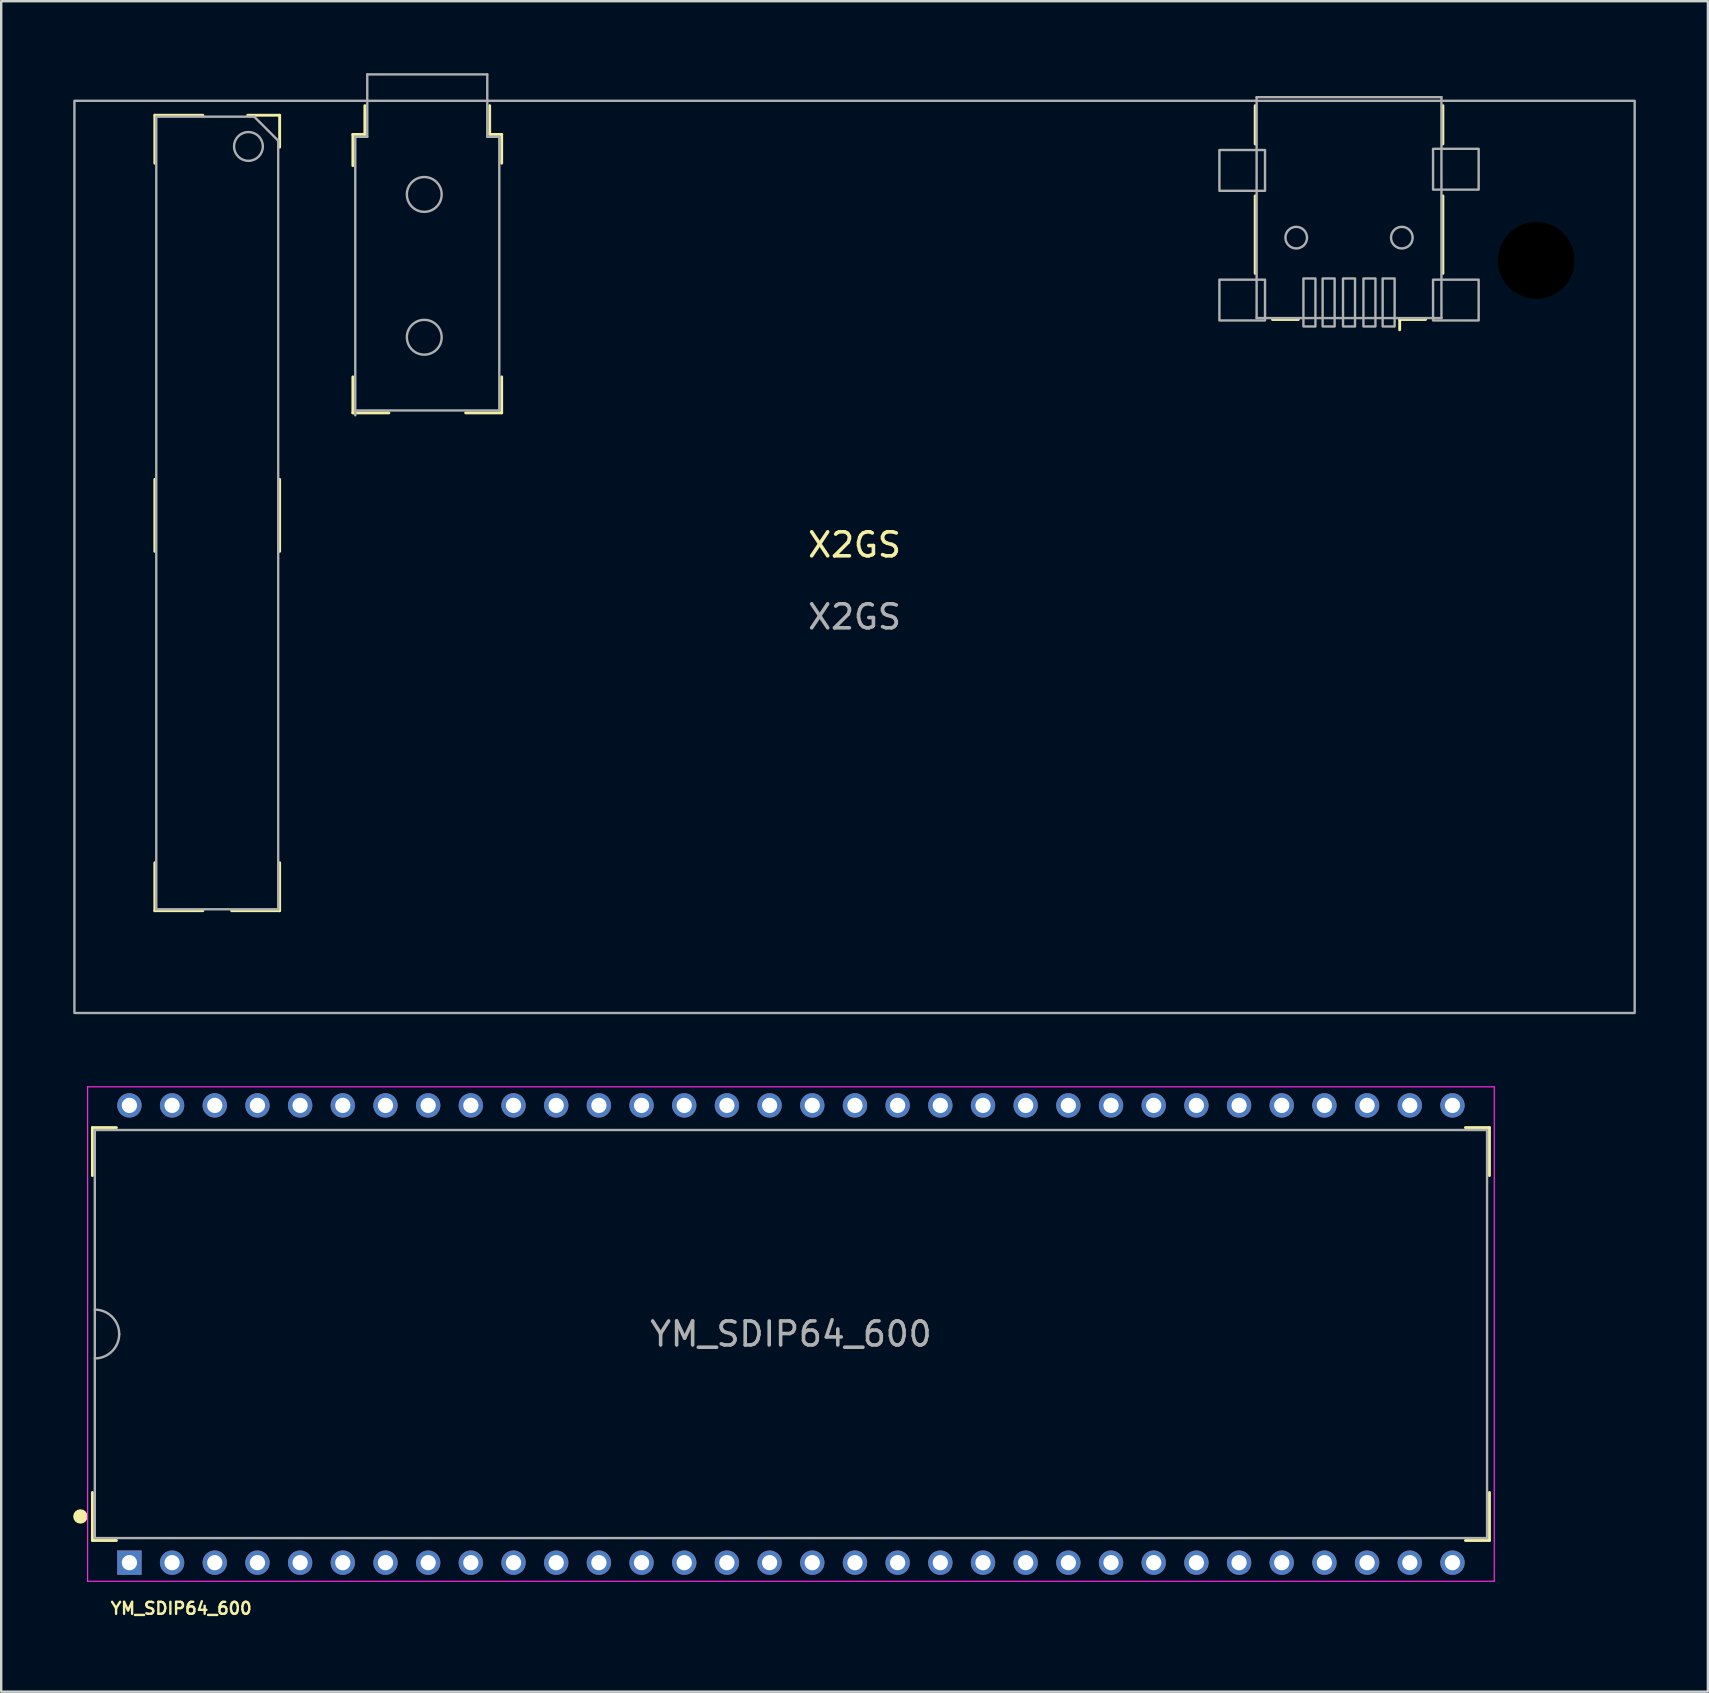
<source format=kicad_pcb>
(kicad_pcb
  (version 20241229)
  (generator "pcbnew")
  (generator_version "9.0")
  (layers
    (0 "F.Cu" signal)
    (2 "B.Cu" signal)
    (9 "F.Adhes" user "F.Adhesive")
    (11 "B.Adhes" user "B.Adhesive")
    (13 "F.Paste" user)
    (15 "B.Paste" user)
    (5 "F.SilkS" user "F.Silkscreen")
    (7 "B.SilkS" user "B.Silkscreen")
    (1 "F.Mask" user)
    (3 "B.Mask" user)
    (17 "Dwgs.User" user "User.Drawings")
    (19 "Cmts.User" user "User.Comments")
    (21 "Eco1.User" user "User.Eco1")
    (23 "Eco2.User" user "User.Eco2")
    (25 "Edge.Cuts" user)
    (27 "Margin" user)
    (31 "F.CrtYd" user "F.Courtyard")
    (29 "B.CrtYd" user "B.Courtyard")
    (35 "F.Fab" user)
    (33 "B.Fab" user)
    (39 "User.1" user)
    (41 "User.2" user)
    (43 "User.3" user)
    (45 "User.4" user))
  (footprint "YM_SDIP64_600"
    (layer "F.Cu")
    (at 29.9 52.525)
    (property "Reference" "YM_SDIP64_600" (at -25.4 11.43 0) (layer "F.SilkS") (effects (font (size 0.5 0.5) (thickness 0.1))))
    (attr through_hole)
    (fp_line (start -29.1 -6.6) (end -29.1 -8.6) (stroke (width 0.12) (type solid)) (layer "F.SilkS"))
    (fp_line (start -29.1 6.6) (end -29.1 8.6) (stroke (width 0.12) (type solid)) (layer "F.SilkS"))
    (fp_line (start -29.1 8.6) (end -28.1 8.6) (stroke (width 0.12) (type solid)) (layer "F.SilkS"))
    (fp_line (start -28.1 -8.6) (end -29.1 -8.6) (stroke (width 0.12) (type solid)) (layer "F.SilkS"))
    (fp_line (start 28.1 8.6) (end 29.1 8.6) (stroke (width 0.12) (type solid)) (layer "F.SilkS"))
    (fp_line (start 29.1 -8.6) (end 28.1 -8.6) (stroke (width 0.12) (type solid)) (layer "F.SilkS"))
    (fp_line (start 29.1 -6.6) (end 29.1 -8.6) (stroke (width 0.12) (type solid)) (layer "F.SilkS"))
    (fp_line (start 29.1 6.6) (end 29.1 8.6) (stroke (width 0.12) (type solid)) (layer "F.SilkS"))
    (fp_circle (center -29.6 7.6) (end -29.45 7.6) (stroke (width 0.3) (type solid)) (fill no) (layer "F.SilkS"))
    (fp_line (start -29.3 -10.3) (end -29.3 10.3) (stroke (width 0.05) (type solid)) (layer "F.CrtYd"))
    (fp_line (start -29.3 10.3) (end 29.3 10.3) (stroke (width 0.05) (type solid)) (layer "F.CrtYd"))
    (fp_line (start 29.3 -10.3) (end -29.3 -10.3) (stroke (width 0.05) (type solid)) (layer "F.CrtYd"))
    (fp_line (start 29.3 10.3) (end 29.3 -10.3) (stroke (width 0.05) (type solid)) (layer "F.CrtYd"))
    (fp_line (start -29 -8.5) (end 29 -8.5) (stroke (width 0.1) (type solid)) (layer "F.Fab"))
    (fp_line (start -29 8.5) (end -29 -8.5) (stroke (width 0.1) (type solid)) (layer "F.Fab"))
    (fp_line (start 29 -8.5) (end 29 8.5) (stroke (width 0.1) (type solid)) (layer "F.Fab"))
    (fp_line (start 29 8.5) (end -29 8.5) (stroke (width 0.1) (type solid)) (layer "F.Fab"))
    (fp_arc (start -29 -1.016) (mid -28.28158 -0.71842) (end -27.984 0) (stroke (width 0.1) (type solid)) (layer "F.Fab"))
    (fp_arc (start -27.984 0) (mid -28.28158 0.71842) (end -29 1.016) (stroke (width 0.1) (type solid)) (layer "F.Fab"))
    (fp_text user "${REFERENCE}" (at 0 0 0) (layer "F.Fab") (effects (font (size 1 1) (thickness 0.15))))
    (pad "1" thru_hole rect (at -27.559 9.525) (size 1.016 1.016) (drill 0.635) (layers "*.Cu" "*.Mask"))
    (pad "2" thru_hole circle (at -25.781 9.525) (size 1.016 1.016) (drill 0.635) (layers "*.Cu" "*.Mask"))
    (pad "3" thru_hole circle (at -24.003 9.525) (size 1.016 1.016) (drill 0.635) (layers "*.Cu" "*.Mask"))
    (pad "4" thru_hole circle (at -22.225 9.525) (size 1.016 1.016) (drill 0.635) (layers "*.Cu" "*.Mask"))
    (pad "5" thru_hole circle (at -20.447 9.525) (size 1.016 1.016) (drill 0.635) (layers "*.Cu" "*.Mask"))
    (pad "6" thru_hole circle (at -18.669 9.525) (size 1.016 1.016) (drill 0.635) (layers "*.Cu" "*.Mask"))
    (pad "7" thru_hole circle (at -16.891 9.525) (size 1.016 1.016) (drill 0.635) (layers "*.Cu" "*.Mask"))
    (pad "8" thru_hole circle (at -15.113 9.525) (size 1.016 1.016) (drill 0.635) (layers "*.Cu" "*.Mask"))
    (pad "9" thru_hole circle (at -13.335 9.525) (size 1.016 1.016) (drill 0.635) (layers "*.Cu" "*.Mask"))
    (pad "10" thru_hole circle (at -11.557 9.525) (size 1.016 1.016) (drill 0.635) (layers "*.Cu" "*.Mask"))
    (pad "11" thru_hole circle (at -9.779 9.525) (size 1.016 1.016) (drill 0.635) (layers "*.Cu" "*.Mask"))
    (pad "12" thru_hole circle (at -8.001 9.525) (size 1.016 1.016) (drill 0.635) (layers "*.Cu" "*.Mask"))
    (pad "13" thru_hole circle (at -6.223 9.525) (size 1.016 1.016) (drill 0.635) (layers "*.Cu" "*.Mask"))
    (pad "14" thru_hole circle (at -4.445 9.525) (size 1.016 1.016) (drill 0.635) (layers "*.Cu" "*.Mask"))
    (pad "15" thru_hole circle (at -2.667 9.525) (size 1.016 1.016) (drill 0.635) (layers "*.Cu" "*.Mask"))
    (pad "16" thru_hole circle (at -0.889 9.525) (size 1.016 1.016) (drill 0.635) (layers "*.Cu" "*.Mask"))
    (pad "17" thru_hole circle (at 0.889 9.525) (size 1.016 1.016) (drill 0.635) (layers "*.Cu" "*.Mask"))
    (pad "18" thru_hole circle (at 2.667 9.525) (size 1.016 1.016) (drill 0.635) (layers "*.Cu" "*.Mask"))
    (pad "19" thru_hole circle (at 4.445 9.525) (size 1.016 1.016) (drill 0.635) (layers "*.Cu" "*.Mask"))
    (pad "20" thru_hole circle (at 6.223 9.525) (size 1.016 1.016) (drill 0.635) (layers "*.Cu" "*.Mask"))
    (pad "21" thru_hole circle (at 8.001 9.525) (size 1.016 1.016) (drill 0.635) (layers "*.Cu" "*.Mask"))
    (pad "22" thru_hole circle (at 9.779 9.525) (size 1.016 1.016) (drill 0.635) (layers "*.Cu" "*.Mask"))
    (pad "23" thru_hole circle (at 11.557 9.525) (size 1.016 1.016) (drill 0.635) (layers "*.Cu" "*.Mask"))
    (pad "24" thru_hole circle (at 13.335 9.525) (size 1.016 1.016) (drill 0.635) (layers "*.Cu" "*.Mask"))
    (pad "25" thru_hole circle (at 15.113 9.525) (size 1.016 1.016) (drill 0.635) (layers "*.Cu" "*.Mask"))
    (pad "26" thru_hole circle (at 16.891 9.525) (size 1.016 1.016) (drill 0.635) (layers "*.Cu" "*.Mask"))
    (pad "27" thru_hole circle (at 18.669 9.525) (size 1.016 1.016) (drill 0.635) (layers "*.Cu" "*.Mask"))
    (pad "28" thru_hole circle (at 20.447 9.525) (size 1.016 1.016) (drill 0.635) (layers "*.Cu" "*.Mask"))
    (pad "29" thru_hole circle (at 22.225 9.525) (size 1.016 1.016) (drill 0.635) (layers "*.Cu" "*.Mask"))
    (pad "30" thru_hole circle (at 24.003 9.525) (size 1.016 1.016) (drill 0.635) (layers "*.Cu" "*.Mask"))
    (pad "31" thru_hole circle (at 25.781 9.525) (size 1.016 1.016) (drill 0.635) (layers "*.Cu" "*.Mask"))
    (pad "32" thru_hole circle (at 27.559 9.525) (size 1.016 1.016) (drill 0.635) (layers "*.Cu" "*.Mask"))
    (pad "33" thru_hole circle (at 27.559 -9.525) (size 1.016 1.016) (drill 0.635) (layers "*.Cu" "*.Mask"))
    (pad "34" thru_hole circle (at 25.781 -9.525) (size 1.016 1.016) (drill 0.635) (layers "*.Cu" "*.Mask"))
    (pad "35" thru_hole circle (at 24.003 -9.525) (size 1.016 1.016) (drill 0.635) (layers "*.Cu" "*.Mask"))
    (pad "36" thru_hole circle (at 22.225 -9.525) (size 1.016 1.016) (drill 0.635) (layers "*.Cu" "*.Mask"))
    (pad "37" thru_hole circle (at 20.447 -9.525) (size 1.016 1.016) (drill 0.635) (layers "*.Cu" "*.Mask"))
    (pad "38" thru_hole circle (at 18.669 -9.525) (size 1.016 1.016) (drill 0.635) (layers "*.Cu" "*.Mask"))
    (pad "39" thru_hole circle (at 16.891 -9.525) (size 1.016 1.016) (drill 0.635) (layers "*.Cu" "*.Mask"))
    (pad "40" thru_hole circle (at 15.113 -9.525) (size 1.016 1.016) (drill 0.635) (layers "*.Cu" "*.Mask"))
    (pad "41" thru_hole circle (at 13.335 -9.525) (size 1.016 1.016) (drill 0.635) (layers "*.Cu" "*.Mask"))
    (pad "42" thru_hole circle (at 11.557 -9.525) (size 1.016 1.016) (drill 0.635) (layers "*.Cu" "*.Mask"))
    (pad "43" thru_hole circle (at 9.779 -9.525) (size 1.016 1.016) (drill 0.635) (layers "*.Cu" "*.Mask"))
    (pad "44" thru_hole circle (at 8.001 -9.525) (size 1.016 1.016) (drill 0.635) (layers "*.Cu" "*.Mask"))
    (pad "45" thru_hole circle (at 6.223 -9.525) (size 1.016 1.016) (drill 0.635) (layers "*.Cu" "*.Mask"))
    (pad "46" thru_hole circle (at 4.445 -9.525) (size 1.016 1.016) (drill 0.635) (layers "*.Cu" "*.Mask"))
    (pad "47" thru_hole circle (at 2.667 -9.525) (size 1.016 1.016) (drill 0.635) (layers "*.Cu" "*.Mask"))
    (pad "48" thru_hole circle (at 0.889 -9.525) (size 1.016 1.016) (drill 0.635) (layers "*.Cu" "*.Mask"))
    (pad "49" thru_hole circle (at -0.889 -9.525) (size 1.016 1.016) (drill 0.635) (layers "*.Cu" "*.Mask"))
    (pad "50" thru_hole circle (at -2.667 -9.525) (size 1.016 1.016) (drill 0.635) (layers "*.Cu" "*.Mask"))
    (pad "51" thru_hole circle (at -4.445 -9.525) (size 1.016 1.016) (drill 0.635) (layers "*.Cu" "*.Mask"))
    (pad "52" thru_hole circle (at -6.223 -9.525) (size 1.016 1.016) (drill 0.635) (layers "*.Cu" "*.Mask"))
    (pad "53" thru_hole circle (at -8.001 -9.525) (size 1.016 1.016) (drill 0.635) (layers "*.Cu" "*.Mask"))
    (pad "54" thru_hole circle (at -9.779 -9.525) (size 1.016 1.016) (drill 0.635) (layers "*.Cu" "*.Mask"))
    (pad "55" thru_hole circle (at -11.557 -9.525) (size 1.016 1.016) (drill 0.635) (layers "*.Cu" "*.Mask"))
    (pad "56" thru_hole circle (at -13.335 -9.525) (size 1.016 1.016) (drill 0.635) (layers "*.Cu" "*.Mask"))
    (pad "57" thru_hole circle (at -15.113 -9.525) (size 1.016 1.016) (drill 0.635) (layers "*.Cu" "*.Mask"))
    (pad "58" thru_hole circle (at -16.891 -9.525) (size 1.016 1.016) (drill 0.635) (layers "*.Cu" "*.Mask"))
    (pad "59" thru_hole circle (at -18.669 -9.525) (size 1.016 1.016) (drill 0.635) (layers "*.Cu" "*.Mask"))
    (pad "60" thru_hole circle (at -20.447 -9.525) (size 1.016 1.016) (drill 0.635) (layers "*.Cu" "*.Mask"))
    (pad "61" thru_hole circle (at -22.225 -9.525) (size 1.016 1.016) (drill 0.635) (layers "*.Cu" "*.Mask"))
    (pad "62" thru_hole circle (at -24.003 -9.525) (size 1.016 1.016) (drill 0.635) (layers "*.Cu" "*.Mask"))
    (pad "63" thru_hole circle (at -25.781 -9.525) (size 1.016 1.016) (drill 0.635) (layers "*.Cu" "*.Mask"))
    (pad "64" thru_hole circle (at -27.559 -9.525) (size 1.016 1.016) (drill 0.635) (layers "*.Cu" "*.Mask")))
  (footprint "X2GS"
    (layer "F.Cu")
    (at 32.55 20.15)
    (property "Reference" "X2GS" (at 0 -0.5 0) (unlocked yes) (layer "F.SilkS") (effects (font (size 1 1) (thickness 0.15))))
    (fp_line (start -29.15 -18.4) (end -27.15 -18.4) (stroke (width 0.12) (type solid)) (layer "F.SilkS"))
    (fp_line (start -29.15 -16.4) (end -29.15 -18.4) (stroke (width 0.12) (type solid)) (layer "F.SilkS"))
    (fp_line (start -29.15 -3.23) (end -29.15 -0.23) (stroke (width 0.12) (type solid)) (layer "F.SilkS"))
    (fp_line (start -29.15 12.74) (end -29.15 14.74) (stroke (width 0.12) (type solid)) (layer "F.SilkS"))
    (fp_line (start -27.15 14.74) (end -29.15 14.74) (stroke (width 0.12) (type solid)) (layer "F.SilkS"))
    (fp_line (start -25.95 14.74) (end -23.95 14.74) (stroke (width 0.12) (type solid)) (layer "F.SilkS"))
    (fp_line (start -25.28 -18.4) (end -23.95 -18.4) (stroke (width 0.12) (type solid)) (layer "F.SilkS"))
    (fp_line (start -23.95 -18.4) (end -23.95 -17.07) (stroke (width 0.12) (type solid)) (layer "F.SilkS"))
    (fp_line (start -23.95 -0.23) (end -23.95 -3.23) (stroke (width 0.12) (type solid)) (layer "F.SilkS"))
    (fp_line (start -23.95 12.74) (end -23.95 14.74) (stroke (width 0.12) (type solid)) (layer "F.SilkS"))
    (fp_line (start -20.9 -17.6) (end -20.4 -17.6) (stroke (width 0.12) (type solid)) (layer "F.SilkS"))
    (fp_line (start -20.9 -16.3) (end -20.9 -17.6) (stroke (width 0.12) (type solid)) (layer "F.SilkS"))
    (fp_line (start -20.9 -6) (end -20.9 -7.5) (stroke (width 0.12) (type solid)) (layer "F.SilkS"))
    (fp_line (start -20.9 -6) (end -19.4 -6) (stroke (width 0.12) (type solid)) (layer "F.SilkS"))
    (fp_line (start -20.4 -17.6) (end -20.4 -18.8) (stroke (width 0.12) (type solid)) (layer "F.SilkS"))
    (fp_line (start -15.2 -18.8) (end -15.2 -17.6) (stroke (width 0.12) (type solid)) (layer "F.SilkS"))
    (fp_line (start -15.2 -17.6) (end -14.7 -17.6) (stroke (width 0.12) (type solid)) (layer "F.SilkS"))
    (fp_line (start -14.7 -17.6) (end -14.7 -16.4) (stroke (width 0.12) (type solid)) (layer "F.SilkS"))
    (fp_line (start -14.7 -6) (end -16.2 -6) (stroke (width 0.12) (type solid)) (layer "F.SilkS"))
    (fp_line (start -14.7 -6) (end -14.7 -7.5) (stroke (width 0.12) (type solid)) (layer "F.SilkS"))
    (fp_line (start 16.69 -18.8) (end 16.69 -17.2) (stroke (width 0.12) (type solid)) (layer "F.SilkS"))
    (fp_line (start 16.69 -15.04) (end 16.69 -11.81) (stroke (width 0.12) (type solid)) (layer "F.SilkS"))
    (fp_line (start 18.49 -9.89) (end 17.41 -9.89) (stroke (width 0.12) (type solid)) (layer "F.SilkS"))
    (fp_line (start 22.71 -9.89) (end 22.71 -9.46) (stroke (width 0.12) (type solid)) (layer "F.SilkS"))
    (fp_line (start 23.79 -9.89) (end 22.71 -9.89) (stroke (width 0.12) (type solid)) (layer "F.SilkS"))
    (fp_line (start 24.51 -18.8) (end 24.51 -17.2) (stroke (width 0.12) (type solid)) (layer "F.SilkS"))
    (fp_line (start 24.51 -15.04) (end 24.51 -11.81) (stroke (width 0.12) (type solid)) (layer "F.SilkS"))
    (fp_line (start -23.69 -17.13) (end -23.19 -16.78) (stroke (width 0.1) (type solid)) (layer "Eco1.User"))
    (fp_line (start -23.19 -17.48) (end -23.69 -17.13) (stroke (width 0.1) (type solid)) (layer "Eco1.User"))
    (fp_line (start -23.19 -17.48) (end -23.19 -16.78) (stroke (width 0.1) (type solid)) (layer "Eco1.User"))
    (fp_line (start 22.7 -10.7) (end 23.2 -10.35) (stroke (width 0.1) (type solid)) (layer "Eco1.User"))
    (fp_line (start 23.2 -11.05) (end 22.7 -10.7) (stroke (width 0.1) (type solid)) (layer "Eco1.User"))
    (fp_line (start 23.2 -11.05) (end 23.2 -10.35) (stroke (width 0.1) (type solid)) (layer "Eco1.User"))
    (fp_line (start -29.09 -18.34) (end -29.09 14.68) (stroke (width 0.1) (type solid)) (layer "F.Fab"))
    (fp_line (start -29.09 14.68) (end -24.01 14.68) (stroke (width 0.1) (type solid)) (layer "F.Fab"))
    (fp_line (start -25.01 -18.34) (end -29.09 -18.34) (stroke (width 0.1) (type solid)) (layer "F.Fab"))
    (fp_line (start -25.01 -18.34) (end -24.01 -17.34) (stroke (width 0.1) (type solid)) (layer "F.Fab"))
    (fp_line (start -24.01 14.68) (end -24.01 -17.34) (stroke (width 0.1) (type solid)) (layer "F.Fab"))
    (fp_line (start -20.8 -17.5) (end -20.8 -5.9) (stroke (width 0.1) (type solid)) (layer "F.Fab"))
    (fp_line (start -20.8 -6.1) (end -14.8 -6.1) (stroke (width 0.1) (type solid)) (layer "F.Fab"))
    (fp_line (start -20.3 -20.1) (end -20.3 -17.5) (stroke (width 0.1) (type solid)) (layer "F.Fab"))
    (fp_line (start -20.3 -17.5) (end -20.8 -17.5) (stroke (width 0.1) (type solid)) (layer "F.Fab"))
    (fp_line (start -15.3 -20.1) (end -20.3 -20.1) (stroke (width 0.1) (type solid)) (layer "F.Fab"))
    (fp_line (start -15.3 -17.5) (end -15.3 -20.1) (stroke (width 0.1) (type solid)) (layer "F.Fab"))
    (fp_line (start -14.8 -17.5) (end -15.3 -17.5) (stroke (width 0.1) (type solid)) (layer "F.Fab"))
    (fp_line (start -14.8 -6.1) (end -14.8 -17.5) (stroke (width 0.1) (type solid)) (layer "F.Fab"))
    (fp_line (start 16.75 -19.15) (end 16.75 -9.95) (stroke (width 0.1) (type solid)) (layer "F.Fab"))
    (fp_line (start 24.45 -19.15) (end 16.75 -19.15) (stroke (width 0.1) (type solid)) (layer "F.Fab"))
    (fp_line (start 24.45 -9.95) (end 16.75 -9.95) (stroke (width 0.1) (type solid)) (layer "F.Fab"))
    (fp_line (start 24.45 -9.95) (end 24.45 -19.15) (stroke (width 0.1) (type solid)) (layer "F.Fab"))
    (fp_rect (start -32.5 -19) (end 32.5 19) (stroke (width 0.1) (type solid)) (fill no) (layer "F.Fab"))
    (fp_rect (start 15.2 -16.95) (end 17.1 -15.25) (stroke (width 0.1) (type solid)) (fill no) (layer "F.Fab"))
    (fp_rect (start 15.2 -11.55) (end 17.1 -9.85) (stroke (width 0.1) (type solid)) (fill no) (layer "F.Fab"))
    (fp_rect (start 18.7 -11.6) (end 19.2 -9.6) (stroke (width 0.1) (type solid)) (fill no) (layer "F.Fab"))
    (fp_rect (start 19.5 -11.6) (end 20 -9.6) (stroke (width 0.1) (type solid)) (fill no) (layer "F.Fab"))
    (fp_rect (start 20.35 -11.6) (end 20.85 -9.6) (stroke (width 0.1) (type solid)) (fill no) (layer "F.Fab"))
    (fp_rect (start 21.2 -11.6) (end 21.7 -9.6) (stroke (width 0.1) (type solid)) (fill no) (layer "F.Fab"))
    (fp_rect (start 22 -11.6) (end 22.5 -9.6) (stroke (width 0.1) (type solid)) (fill no) (layer "F.Fab"))
    (fp_rect (start 24.1 -17) (end 26 -15.3) (stroke (width 0.1) (type solid)) (fill no) (layer "F.Fab"))
    (fp_rect (start 24.1 -11.55) (end 26 -9.85) (stroke (width 0.1) (type solid)) (fill no) (layer "F.Fab"))
    (fp_circle (center -25.25 -17.1) (end -24.65 -17.1) (stroke (width 0.1) (type default)) (fill no) (layer "F.Fab"))
    (fp_circle (center -17.925 -15.1) (end -17.2 -15.1) (stroke (width 0.1) (type solid)) (fill no) (layer "F.Fab"))
    (fp_circle (center -17.925 -9.15) (end -17.2 -9.15) (stroke (width 0.1) (type solid)) (fill no) (layer "F.Fab"))
    (fp_circle (center 18.4 -13.3) (end 18.85 -13.3) (stroke (width 0.1) (type solid)) (fill no) (layer "F.Fab"))
    (fp_circle (center 22.8 -13.3) (end 23.25 -13.3) (stroke (width 0.1) (type solid)) (fill no) (layer "F.Fab"))
    (fp_text user "${REFERENCE}" (at 0 2.5 0) (unlocked yes) (layer "F.Fab") (effects (font (size 1 1) (thickness 0.15))))
    (pad "" np_thru_hole circle (at 28.4 -12.35) (size 3.2 3.2) (drill 3.2) (layers "*.Mask")))
  (gr_rect
    (start -3 -3)
    (end 68.1 67.423)
    (stroke (width 0.1) (type default))
    (fill no)
    (layer "Edge.Cuts")))
</source>
